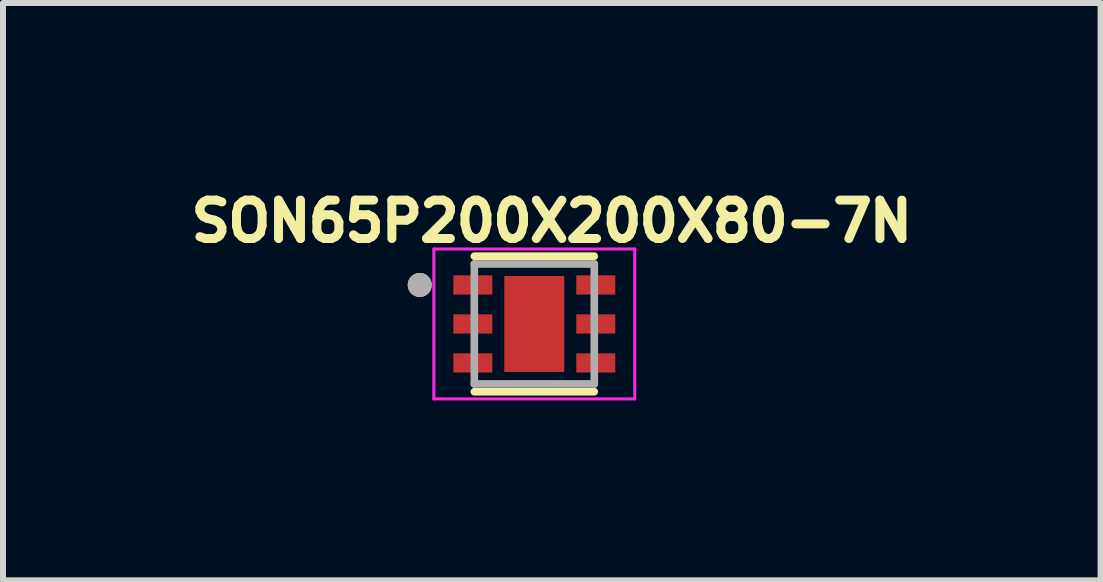
<source format=kicad_pcb>
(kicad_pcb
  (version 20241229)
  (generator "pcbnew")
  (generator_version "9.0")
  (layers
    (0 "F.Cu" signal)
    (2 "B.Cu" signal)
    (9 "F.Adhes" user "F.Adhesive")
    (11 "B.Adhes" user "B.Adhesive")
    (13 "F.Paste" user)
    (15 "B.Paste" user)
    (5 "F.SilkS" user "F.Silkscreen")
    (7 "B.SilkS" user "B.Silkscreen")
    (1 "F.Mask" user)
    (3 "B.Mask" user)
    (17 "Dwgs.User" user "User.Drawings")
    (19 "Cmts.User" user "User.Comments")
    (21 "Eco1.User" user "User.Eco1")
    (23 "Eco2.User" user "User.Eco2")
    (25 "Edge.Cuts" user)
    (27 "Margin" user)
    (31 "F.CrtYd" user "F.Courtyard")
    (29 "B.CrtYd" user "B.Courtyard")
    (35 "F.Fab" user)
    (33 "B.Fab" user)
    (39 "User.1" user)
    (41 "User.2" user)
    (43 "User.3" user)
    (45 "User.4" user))
  (footprint "SON65P200X200X80-7N"
    (layer "F.Cu")
    (at 5.858 2.351)
    (property "Reference" "SON65P200X200X80-7N" (at 0.292 -1.713 0) (layer "F.SilkS") (effects (font (size 0.64 0.64) (thickness 0.15))))
    (attr smd)
    (fp_line (start -1 -1.13) (end 1 -1.13) (stroke (width 0.127) (type solid)) (layer "F.SilkS"))
    (fp_line (start -1 1.13) (end 1 1.13) (stroke (width 0.127) (type solid)) (layer "F.SilkS"))
    (fp_circle (center -1.91 -0.65) (end -1.81 -0.65) (stroke (width 0.2) (type solid)) (fill no) (layer "F.SilkS"))
    (fp_poly (pts (xy -0.316 -0.506) (xy 0.316 -0.506) (xy 0.316 0.506) (xy -0.316 0.506)) (stroke (width 0.01) (type solid)) (fill yes) (layer "F.Paste"))
    (fp_line (start -1.675 -1.25) (end -1.675 1.25) (stroke (width 0.05) (type solid)) (layer "F.CrtYd"))
    (fp_line (start -1.675 -1.25) (end 1.675 -1.25) (stroke (width 0.05) (type solid)) (layer "F.CrtYd"))
    (fp_line (start -1.675 1.25) (end 1.675 1.25) (stroke (width 0.05) (type solid)) (layer "F.CrtYd"))
    (fp_line (start 1.675 -1.25) (end 1.675 1.25) (stroke (width 0.05) (type solid)) (layer "F.CrtYd"))
    (fp_line (start -1 -1) (end -1 1) (stroke (width 0.127) (type solid)) (layer "F.Fab"))
    (fp_line (start -1 -1) (end 1 -1) (stroke (width 0.127) (type solid)) (layer "F.Fab"))
    (fp_line (start -1 1) (end 1 1) (stroke (width 0.127) (type solid)) (layer "F.Fab"))
    (fp_line (start 1 -1) (end 1 1) (stroke (width 0.127) (type solid)) (layer "F.Fab"))
    (fp_circle (center -1.91 -0.65) (end -1.81 -0.65) (stroke (width 0.2) (type solid)) (fill no) (layer "F.Fab"))
    (pad "1" smd rect (at -1.025 -0.65) (size 0.65 0.32) (layers "F.Cu" "F.Mask" "F.Paste"))
    (pad "2" smd rect (at -1.025 0) (size 0.65 0.32) (layers "F.Cu" "F.Mask" "F.Paste"))
    (pad "3" smd rect (at -1.025 0.65) (size 0.65 0.32) (layers "F.Cu" "F.Mask" "F.Paste"))
    (pad "4" smd rect (at 1.025 0.65) (size 0.65 0.32) (layers "F.Cu" "F.Mask" "F.Paste"))
    (pad "5" smd rect (at 1.025 0) (size 0.65 0.32) (layers "F.Cu" "F.Mask" "F.Paste"))
    (pad "6" smd rect (at 1.025 -0.65) (size 0.65 0.32) (layers "F.Cu" "F.Mask" "F.Paste"))
    (pad "7" smd rect (at 0 0 90) (size 1.6 1) (layers "F.Cu" "F.Mask")))
  (gr_rect
    (start -3 -3)
    (end 15.299 6.626)
    (stroke (width 0.1) (type default))
    (fill no)
    (layer "Edge.Cuts")))
</source>
